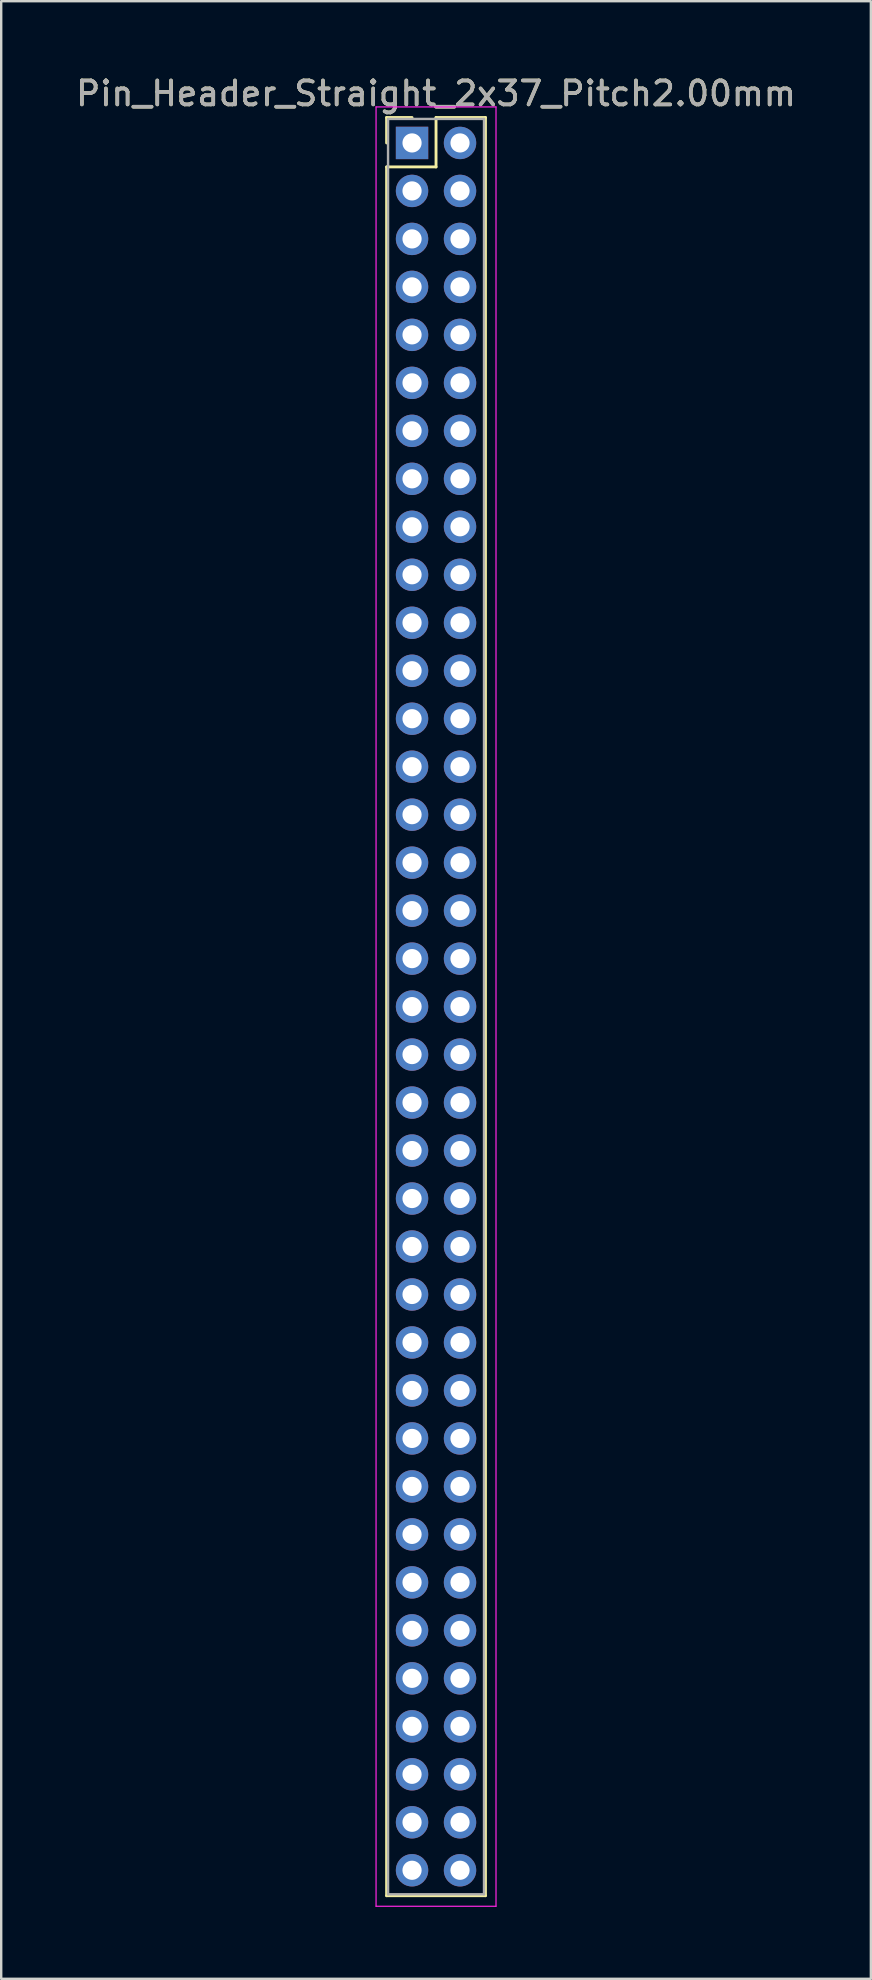
<source format=kicad_pcb>
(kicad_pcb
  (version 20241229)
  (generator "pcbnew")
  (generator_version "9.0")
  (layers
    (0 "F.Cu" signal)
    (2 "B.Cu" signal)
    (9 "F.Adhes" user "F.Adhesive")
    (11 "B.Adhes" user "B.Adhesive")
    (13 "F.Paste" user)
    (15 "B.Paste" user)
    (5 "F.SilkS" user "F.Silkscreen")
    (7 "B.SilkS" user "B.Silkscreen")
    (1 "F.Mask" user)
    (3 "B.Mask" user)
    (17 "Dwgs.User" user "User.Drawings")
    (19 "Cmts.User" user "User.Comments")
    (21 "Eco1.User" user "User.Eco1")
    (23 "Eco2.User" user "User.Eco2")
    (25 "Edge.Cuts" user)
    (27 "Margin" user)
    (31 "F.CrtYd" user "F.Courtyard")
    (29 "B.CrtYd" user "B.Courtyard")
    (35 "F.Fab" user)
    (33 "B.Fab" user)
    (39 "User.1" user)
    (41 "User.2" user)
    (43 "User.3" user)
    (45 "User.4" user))
  (footprint "Pin_Header_Straight_2x37_Pitch2.00mm"
    (layer "F.Cu")
    (at 14.125 2.908)
    (property "Reference" "Pin_Header_Straight_2x37_Pitch2.00mm" (at 1 -2.06 0) (layer "F.SilkS") (effects (font (size 1 1) (thickness 0.15))))
    (attr through_hole)
    (fp_line (start -1.06 -1.06) (end 0 -1.06) (stroke (width 0.12) (type solid)) (layer "F.SilkS"))
    (fp_line (start -1.06 0) (end -1.06 -1.06) (stroke (width 0.12) (type solid)) (layer "F.SilkS"))
    (fp_line (start -1.06 1) (end -1.06 73.06) (stroke (width 0.12) (type solid)) (layer "F.SilkS"))
    (fp_line (start -1.06 73.06) (end 3.06 73.06) (stroke (width 0.12) (type solid)) (layer "F.SilkS"))
    (fp_line (start 1 -1.06) (end 1 1) (stroke (width 0.12) (type solid)) (layer "F.SilkS"))
    (fp_line (start 1 1) (end -1.06 1) (stroke (width 0.12) (type solid)) (layer "F.SilkS"))
    (fp_line (start 3.06 -1.06) (end 1 -1.06) (stroke (width 0.12) (type solid)) (layer "F.SilkS"))
    (fp_line (start 3.06 73.06) (end 3.06 -1.06) (stroke (width 0.12) (type solid)) (layer "F.SilkS"))
    (fp_line (start -1.5 -1.5) (end -1.5 73.5) (stroke (width 0.05) (type solid)) (layer "F.CrtYd"))
    (fp_line (start -1.5 73.5) (end 3.5 73.5) (stroke (width 0.05) (type solid)) (layer "F.CrtYd"))
    (fp_line (start 3.5 -1.5) (end -1.5 -1.5) (stroke (width 0.05) (type solid)) (layer "F.CrtYd"))
    (fp_line (start 3.5 73.5) (end 3.5 -1.5) (stroke (width 0.05) (type solid)) (layer "F.CrtYd"))
    (fp_line (start -1 -1) (end -1 73) (stroke (width 0.1) (type solid)) (layer "F.Fab"))
    (fp_line (start -1 73) (end 3 73) (stroke (width 0.1) (type solid)) (layer "F.Fab"))
    (fp_line (start 3 -1) (end -1 -1) (stroke (width 0.1) (type solid)) (layer "F.Fab"))
    (fp_line (start 3 73) (end 3 -1) (stroke (width 0.1) (type solid)) (layer "F.Fab"))
    (fp_text user "${REFERENCE}" (at 1 -2.06 0) (layer "F.Fab") (effects (font (size 1 1) (thickness 0.15))))
    (pad "1" thru_hole rect (at 0 0) (size 1.35 1.35) (drill 0.8) (layers "*.Cu" "*.Mask"))
    (pad "2" thru_hole oval (at 2 0) (size 1.35 1.35) (drill 0.8) (layers "*.Cu" "*.Mask"))
    (pad "3" thru_hole oval (at 0 2) (size 1.35 1.35) (drill 0.8) (layers "*.Cu" "*.Mask"))
    (pad "4" thru_hole oval (at 2 2) (size 1.35 1.35) (drill 0.8) (layers "*.Cu" "*.Mask"))
    (pad "5" thru_hole oval (at 0 4) (size 1.35 1.35) (drill 0.8) (layers "*.Cu" "*.Mask"))
    (pad "6" thru_hole oval (at 2 4) (size 1.35 1.35) (drill 0.8) (layers "*.Cu" "*.Mask"))
    (pad "7" thru_hole oval (at 0 6) (size 1.35 1.35) (drill 0.8) (layers "*.Cu" "*.Mask"))
    (pad "8" thru_hole oval (at 2 6) (size 1.35 1.35) (drill 0.8) (layers "*.Cu" "*.Mask"))
    (pad "9" thru_hole oval (at 0 8) (size 1.35 1.35) (drill 0.8) (layers "*.Cu" "*.Mask"))
    (pad "10" thru_hole oval (at 2 8) (size 1.35 1.35) (drill 0.8) (layers "*.Cu" "*.Mask"))
    (pad "11" thru_hole oval (at 0 10) (size 1.35 1.35) (drill 0.8) (layers "*.Cu" "*.Mask"))
    (pad "12" thru_hole oval (at 2 10) (size 1.35 1.35) (drill 0.8) (layers "*.Cu" "*.Mask"))
    (pad "13" thru_hole oval (at 0 12) (size 1.35 1.35) (drill 0.8) (layers "*.Cu" "*.Mask"))
    (pad "14" thru_hole oval (at 2 12) (size 1.35 1.35) (drill 0.8) (layers "*.Cu" "*.Mask"))
    (pad "15" thru_hole oval (at 0 14) (size 1.35 1.35) (drill 0.8) (layers "*.Cu" "*.Mask"))
    (pad "16" thru_hole oval (at 2 14) (size 1.35 1.35) (drill 0.8) (layers "*.Cu" "*.Mask"))
    (pad "17" thru_hole oval (at 0 16) (size 1.35 1.35) (drill 0.8) (layers "*.Cu" "*.Mask"))
    (pad "18" thru_hole oval (at 2 16) (size 1.35 1.35) (drill 0.8) (layers "*.Cu" "*.Mask"))
    (pad "19" thru_hole oval (at 0 18) (size 1.35 1.35) (drill 0.8) (layers "*.Cu" "*.Mask"))
    (pad "20" thru_hole oval (at 2 18) (size 1.35 1.35) (drill 0.8) (layers "*.Cu" "*.Mask"))
    (pad "21" thru_hole oval (at 0 20) (size 1.35 1.35) (drill 0.8) (layers "*.Cu" "*.Mask"))
    (pad "22" thru_hole oval (at 2 20) (size 1.35 1.35) (drill 0.8) (layers "*.Cu" "*.Mask"))
    (pad "23" thru_hole oval (at 0 22) (size 1.35 1.35) (drill 0.8) (layers "*.Cu" "*.Mask"))
    (pad "24" thru_hole oval (at 2 22) (size 1.35 1.35) (drill 0.8) (layers "*.Cu" "*.Mask"))
    (pad "25" thru_hole oval (at 0 24) (size 1.35 1.35) (drill 0.8) (layers "*.Cu" "*.Mask"))
    (pad "26" thru_hole oval (at 2 24) (size 1.35 1.35) (drill 0.8) (layers "*.Cu" "*.Mask"))
    (pad "27" thru_hole oval (at 0 26) (size 1.35 1.35) (drill 0.8) (layers "*.Cu" "*.Mask"))
    (pad "28" thru_hole oval (at 2 26) (size 1.35 1.35) (drill 0.8) (layers "*.Cu" "*.Mask"))
    (pad "29" thru_hole oval (at 0 28) (size 1.35 1.35) (drill 0.8) (layers "*.Cu" "*.Mask"))
    (pad "30" thru_hole oval (at 2 28) (size 1.35 1.35) (drill 0.8) (layers "*.Cu" "*.Mask"))
    (pad "31" thru_hole oval (at 0 30) (size 1.35 1.35) (drill 0.8) (layers "*.Cu" "*.Mask"))
    (pad "32" thru_hole oval (at 2 30) (size 1.35 1.35) (drill 0.8) (layers "*.Cu" "*.Mask"))
    (pad "33" thru_hole oval (at 0 32) (size 1.35 1.35) (drill 0.8) (layers "*.Cu" "*.Mask"))
    (pad "34" thru_hole oval (at 2 32) (size 1.35 1.35) (drill 0.8) (layers "*.Cu" "*.Mask"))
    (pad "35" thru_hole oval (at 0 34) (size 1.35 1.35) (drill 0.8) (layers "*.Cu" "*.Mask"))
    (pad "36" thru_hole oval (at 2 34) (size 1.35 1.35) (drill 0.8) (layers "*.Cu" "*.Mask"))
    (pad "37" thru_hole oval (at 0 36) (size 1.35 1.35) (drill 0.8) (layers "*.Cu" "*.Mask"))
    (pad "38" thru_hole oval (at 2 36) (size 1.35 1.35) (drill 0.8) (layers "*.Cu" "*.Mask"))
    (pad "39" thru_hole oval (at 0 38) (size 1.35 1.35) (drill 0.8) (layers "*.Cu" "*.Mask"))
    (pad "40" thru_hole oval (at 2 38) (size 1.35 1.35) (drill 0.8) (layers "*.Cu" "*.Mask"))
    (pad "41" thru_hole oval (at 0 40) (size 1.35 1.35) (drill 0.8) (layers "*.Cu" "*.Mask"))
    (pad "42" thru_hole oval (at 2 40) (size 1.35 1.35) (drill 0.8) (layers "*.Cu" "*.Mask"))
    (pad "43" thru_hole oval (at 0 42) (size 1.35 1.35) (drill 0.8) (layers "*.Cu" "*.Mask"))
    (pad "44" thru_hole oval (at 2 42) (size 1.35 1.35) (drill 0.8) (layers "*.Cu" "*.Mask"))
    (pad "45" thru_hole oval (at 0 44) (size 1.35 1.35) (drill 0.8) (layers "*.Cu" "*.Mask"))
    (pad "46" thru_hole oval (at 2 44) (size 1.35 1.35) (drill 0.8) (layers "*.Cu" "*.Mask"))
    (pad "47" thru_hole oval (at 0 46) (size 1.35 1.35) (drill 0.8) (layers "*.Cu" "*.Mask"))
    (pad "48" thru_hole oval (at 2 46) (size 1.35 1.35) (drill 0.8) (layers "*.Cu" "*.Mask"))
    (pad "49" thru_hole oval (at 0 48) (size 1.35 1.35) (drill 0.8) (layers "*.Cu" "*.Mask"))
    (pad "50" thru_hole oval (at 2 48) (size 1.35 1.35) (drill 0.8) (layers "*.Cu" "*.Mask"))
    (pad "51" thru_hole oval (at 0 50) (size 1.35 1.35) (drill 0.8) (layers "*.Cu" "*.Mask"))
    (pad "52" thru_hole oval (at 2 50) (size 1.35 1.35) (drill 0.8) (layers "*.Cu" "*.Mask"))
    (pad "53" thru_hole oval (at 0 52) (size 1.35 1.35) (drill 0.8) (layers "*.Cu" "*.Mask"))
    (pad "54" thru_hole oval (at 2 52) (size 1.35 1.35) (drill 0.8) (layers "*.Cu" "*.Mask"))
    (pad "55" thru_hole oval (at 0 54) (size 1.35 1.35) (drill 0.8) (layers "*.Cu" "*.Mask"))
    (pad "56" thru_hole oval (at 2 54) (size 1.35 1.35) (drill 0.8) (layers "*.Cu" "*.Mask"))
    (pad "57" thru_hole oval (at 0 56) (size 1.35 1.35) (drill 0.8) (layers "*.Cu" "*.Mask"))
    (pad "58" thru_hole oval (at 2 56) (size 1.35 1.35) (drill 0.8) (layers "*.Cu" "*.Mask"))
    (pad "59" thru_hole oval (at 0 58) (size 1.35 1.35) (drill 0.8) (layers "*.Cu" "*.Mask"))
    (pad "60" thru_hole oval (at 2 58) (size 1.35 1.35) (drill 0.8) (layers "*.Cu" "*.Mask"))
    (pad "61" thru_hole oval (at 0 60) (size 1.35 1.35) (drill 0.8) (layers "*.Cu" "*.Mask"))
    (pad "62" thru_hole oval (at 2 60) (size 1.35 1.35) (drill 0.8) (layers "*.Cu" "*.Mask"))
    (pad "63" thru_hole oval (at 0 62) (size 1.35 1.35) (drill 0.8) (layers "*.Cu" "*.Mask"))
    (pad "64" thru_hole oval (at 2 62) (size 1.35 1.35) (drill 0.8) (layers "*.Cu" "*.Mask"))
    (pad "65" thru_hole oval (at 0 64) (size 1.35 1.35) (drill 0.8) (layers "*.Cu" "*.Mask"))
    (pad "66" thru_hole oval (at 2 64) (size 1.35 1.35) (drill 0.8) (layers "*.Cu" "*.Mask"))
    (pad "67" thru_hole oval (at 0 66) (size 1.35 1.35) (drill 0.8) (layers "*.Cu" "*.Mask"))
    (pad "68" thru_hole oval (at 2 66) (size 1.35 1.35) (drill 0.8) (layers "*.Cu" "*.Mask"))
    (pad "69" thru_hole oval (at 0 68) (size 1.35 1.35) (drill 0.8) (layers "*.Cu" "*.Mask"))
    (pad "70" thru_hole oval (at 2 68) (size 1.35 1.35) (drill 0.8) (layers "*.Cu" "*.Mask"))
    (pad "71" thru_hole oval (at 0 70) (size 1.35 1.35) (drill 0.8) (layers "*.Cu" "*.Mask"))
    (pad "72" thru_hole oval (at 2 70) (size 1.35 1.35) (drill 0.8) (layers "*.Cu" "*.Mask"))
    (pad "73" thru_hole oval (at 0 72) (size 1.35 1.35) (drill 0.8) (layers "*.Cu" "*.Mask"))
    (pad "74" thru_hole oval (at 2 72) (size 1.35 1.35) (drill 0.8) (layers "*.Cu" "*.Mask")))
  (gr_rect
    (start -3 -3)
    (end 33.25 79.433)
    (stroke (width 0.1) (type default))
    (fill no)
    (layer "Edge.Cuts")))
</source>
